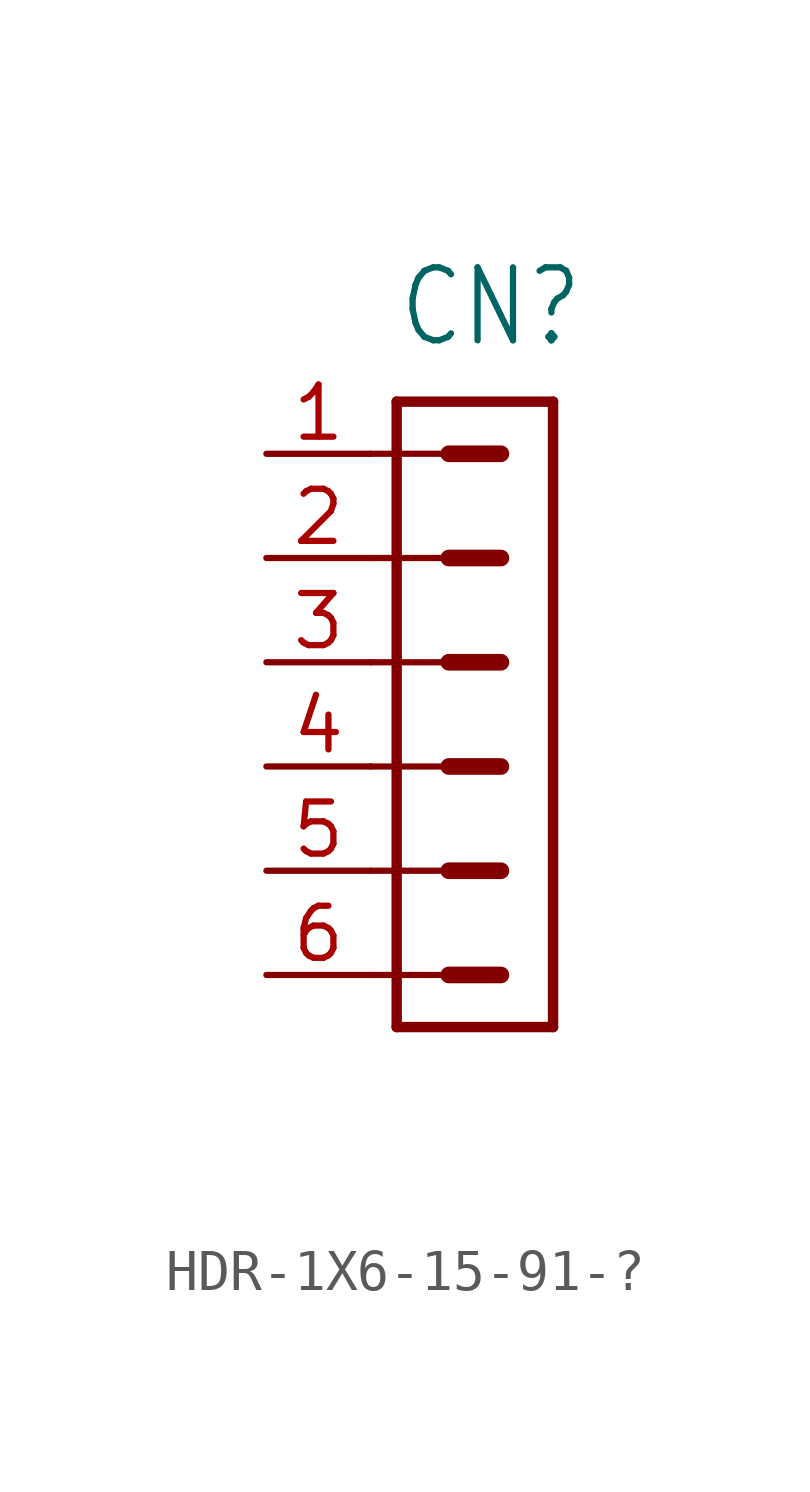
<source format=kicad_sym>
(kicad_symbol_lib
  (version 20220914)
  (generator kicad_symbol_editor)
  (symbol "HDR-1X6-15-91-?"
    (property "Reference" "CN"
      (at -1.905 7.62 0)
      (effects (font (size 1.778 1.511)) (justify left bottom)))
    (property "Value" ""
      (at -1.905 -11.748 0)
      (effects (font (size 1.778 1.511)) (justify left bottom)))
    (property "ki_locked" ""
      (at 0 0 0)
      (effects (font (size 1.27 1.27))))
    (symbol "HDR-1X6-15-91-?_1_0"
      (polyline (pts (xy -2.54 -7.62) (xy -0.635 -7.62)) (stroke (width 0.152) (type solid)) (fill (type none)))
      (polyline (pts (xy -2.54 -5.08) (xy -0.635 -5.08)) (stroke (width 0.152) (type solid)) (fill (type none)))
      (polyline (pts (xy -2.54 -2.54) (xy -0.635 -2.54)) (stroke (width 0.152) (type solid)) (fill (type none)))
      (polyline (pts (xy -2.54 0) (xy -0.635 0)) (stroke (width 0.152) (type solid)) (fill (type none)))
      (polyline (pts (xy -2.54 2.54) (xy -0.635 2.54)) (stroke (width 0.152) (type solid)) (fill (type none)))
      (polyline (pts (xy -2.54 5.08) (xy -0.635 5.08)) (stroke (width 0.152) (type solid)) (fill (type none)))
      (polyline (pts (xy -1.905 -8.89) (xy -1.905 6.35)) (stroke (width 0.254) (type solid)) (fill (type none)))
      (polyline (pts (xy -1.905 -8.89) (xy 1.905 -8.89)) (stroke (width 0.254) (type solid)) (fill (type none)))
      (polyline (pts (xy -0.635 -7.62) (xy 0.635 -7.62)) (stroke (width 0.406) (type solid)) (fill (type none)))
      (polyline (pts (xy -0.635 -5.08) (xy 0.635 -5.08)) (stroke (width 0.406) (type solid)) (fill (type none)))
      (polyline (pts (xy -0.635 -2.54) (xy 0.635 -2.54)) (stroke (width 0.406) (type solid)) (fill (type none)))
      (polyline (pts (xy -0.635 0) (xy 0.635 0)) (stroke (width 0.406) (type solid)) (fill (type none)))
      (polyline (pts (xy -0.635 2.54) (xy 0.635 2.54)) (stroke (width 0.406) (type solid)) (fill (type none)))
      (polyline (pts (xy -0.635 5.08) (xy 0.635 5.08)) (stroke (width 0.406) (type solid)) (fill (type none)))
      (polyline (pts (xy 1.905 6.35) (xy -1.905 6.35)) (stroke (width 0.254) (type solid)) (fill (type none)))
      (polyline (pts (xy 1.905 6.35) (xy 1.905 -8.89)) (stroke (width 0.254) (type solid)) (fill (type none)))
      (pin passive line (at -5.08 5.08 0) (length 2.54) (name "1" (effects (font (size 0 0)))) (number "1" (effects (font (size 1.27 1.27)))))
      (pin passive line (at -5.08 2.54 0) (length 2.54) (name "2" (effects (font (size 0 0)))) (number "2" (effects (font (size 1.27 1.27)))))
      (pin passive line (at -5.08 0 0) (length 2.54) (name "3" (effects (font (size 0 0)))) (number "3" (effects (font (size 1.27 1.27)))))
      (pin passive line (at -5.08 -2.54 0) (length 2.54) (name "4" (effects (font (size 0 0)))) (number "4" (effects (font (size 1.27 1.27)))))
      (pin passive line (at -5.08 -5.08 0) (length 2.54) (name "5" (effects (font (size 0 0)))) (number "5" (effects (font (size 1.27 1.27)))))
      (pin passive line (at -5.08 -7.62 0) (length 2.54) (name "6" (effects (font (size 0 0)))) (number "6" (effects (font (size 1.27 1.27))))))))
</source>
